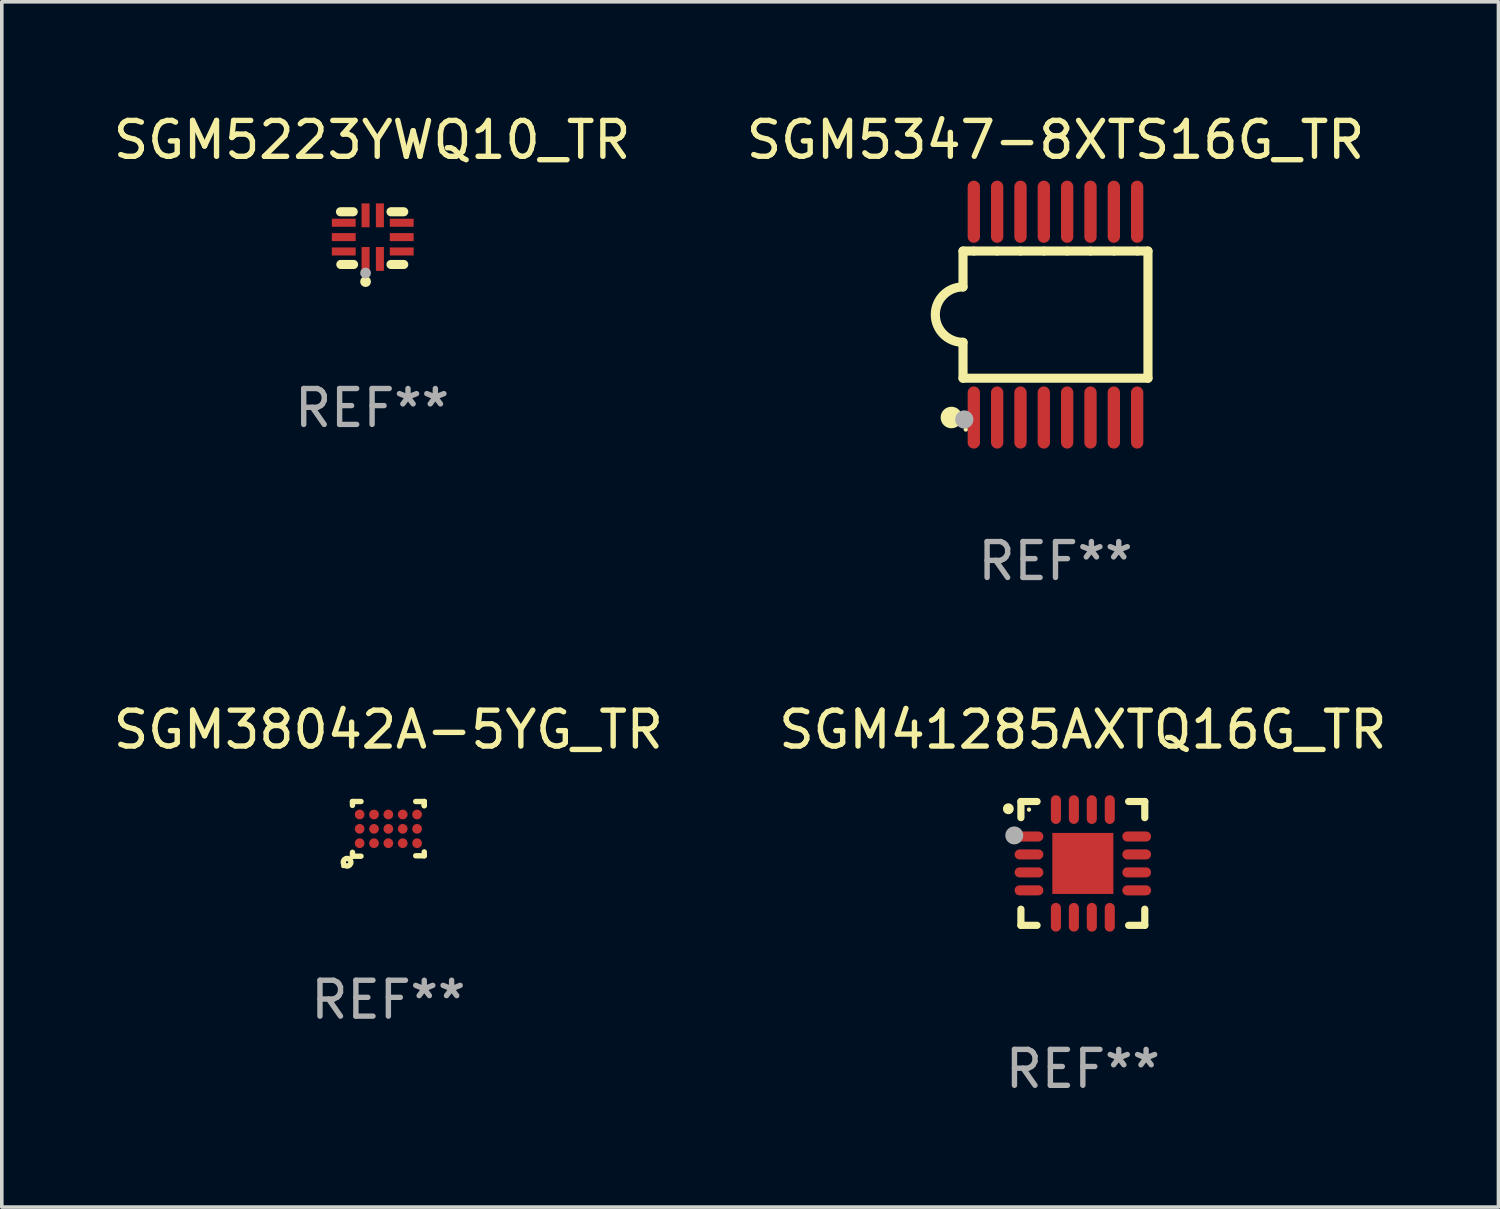
<source format=kicad_pcb>
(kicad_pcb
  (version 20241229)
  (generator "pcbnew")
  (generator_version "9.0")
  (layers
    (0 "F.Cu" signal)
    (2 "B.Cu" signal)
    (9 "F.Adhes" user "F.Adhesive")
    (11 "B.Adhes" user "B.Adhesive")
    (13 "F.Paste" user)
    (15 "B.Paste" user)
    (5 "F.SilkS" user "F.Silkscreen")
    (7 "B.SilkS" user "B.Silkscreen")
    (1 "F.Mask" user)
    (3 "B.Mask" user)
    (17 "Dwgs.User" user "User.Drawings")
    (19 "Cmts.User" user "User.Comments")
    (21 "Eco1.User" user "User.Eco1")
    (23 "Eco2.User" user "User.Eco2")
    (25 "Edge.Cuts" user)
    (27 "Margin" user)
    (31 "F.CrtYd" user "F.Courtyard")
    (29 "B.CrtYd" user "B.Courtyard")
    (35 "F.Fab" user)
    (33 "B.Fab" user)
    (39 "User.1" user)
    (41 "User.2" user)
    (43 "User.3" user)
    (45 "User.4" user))
  (footprint "SGM5347-8XTS16G_TR"
    (layer "F.Cu")
    (at 26.351 5.714)
    (property "Reference" "SGM5347-8XTS16G_TR" (at 0 -4.866 0) (layer "F.SilkS") (effects (font (size 1 1) (thickness 0.15))))
    (attr through_hole)
    (fp_line (start -2.576 -1.771) (end -2.576 -0.771) (stroke (width 0.254) (type solid)) (layer "F.SilkS"))
    (fp_line (start -2.576 -1.771) (end -2.289 -1.771) (stroke (width 0.254) (type solid)) (layer "F.SilkS"))
    (fp_line (start -2.576 1.771) (end -2.576 0.771) (stroke (width 0.254) (type solid)) (layer "F.SilkS"))
    (fp_line (start -2.261 -1.771) (end -1.639 -1.771) (stroke (width 0.254) (type solid)) (layer "F.SilkS"))
    (fp_line (start -1.612 -1.771) (end -0.989 -1.771) (stroke (width 0.254) (type solid)) (layer "F.SilkS"))
    (fp_line (start -0.962 -1.771) (end -0.338 -1.771) (stroke (width 0.254) (type solid)) (layer "F.SilkS"))
    (fp_line (start -0.311 -1.771) (end 0.312 -1.771) (stroke (width 0.254) (type solid)) (layer "F.SilkS"))
    (fp_line (start 0.339 -1.771) (end 0.962 -1.771) (stroke (width 0.254) (type solid)) (layer "F.SilkS"))
    (fp_line (start 0.989 -1.771) (end 1.612 -1.771) (stroke (width 0.254) (type solid)) (layer "F.SilkS"))
    (fp_line (start 1.639 -1.771) (end 2.261 -1.771) (stroke (width 0.254) (type solid)) (layer "F.SilkS"))
    (fp_line (start 2.289 -1.771) (end 2.576 -1.771) (stroke (width 0.254) (type solid)) (layer "F.SilkS"))
    (fp_line (start 2.576 -1.771) (end 2.576 1.771) (stroke (width 0.254) (type solid)) (layer "F.SilkS"))
    (fp_line (start 2.576 1.771) (end -2.576 1.771) (stroke (width 0.254) (type solid)) (layer "F.SilkS"))
    (fp_arc (start -2.576226 0.7714) (mid -3.346889 -0.000648) (end -2.575311 -0.771781) (stroke (width 0.254001) (type solid)) (layer "F.SilkS"))
    (fp_circle (center -2.899 2.866) (end -2.749 2.866) (stroke (width 0.3) (type solid)) (fill no) (layer "F.SilkS"))
    (fp_circle (center -2.5 3.2) (end -2.47 3.2) (stroke (width 0.06) (type solid)) (fill no) (layer "F.SilkS"))
    (fp_circle (center -2.54 2.921) (end -2.413 2.921) (stroke (width 0.254) (type solid)) (fill no) (layer "F.Fab"))
    (fp_text user "REF**" (at 0 6.866 0) (layer "F.Fab") (effects (font (size 1 1) (thickness 0.15))))
    (pad "1" smd oval (at -2.275 2.866) (size 0.343 1.731) (layers "F.Cu" "F.Mask" "F.Paste"))
    (pad "2" smd oval (at -1.625 2.866) (size 0.343 1.731) (layers "F.Cu" "F.Mask" "F.Paste"))
    (pad "3" smd oval (at -0.975 2.866) (size 0.343 1.731) (layers "F.Cu" "F.Mask" "F.Paste"))
    (pad "4" smd oval (at -0.325 2.866) (size 0.343 1.731) (layers "F.Cu" "F.Mask" "F.Paste"))
    (pad "5" smd oval (at 0.325 2.866) (size 0.343 1.731) (layers "F.Cu" "F.Mask" "F.Paste"))
    (pad "6" smd oval (at 0.975 2.866) (size 0.343 1.731) (layers "F.Cu" "F.Mask" "F.Paste"))
    (pad "7" smd oval (at 1.625 2.866) (size 0.343 1.731) (layers "F.Cu" "F.Mask" "F.Paste"))
    (pad "8" smd oval (at 2.275 2.866) (size 0.343 1.731) (layers "F.Cu" "F.Mask" "F.Paste"))
    (pad "9" smd oval (at 2.275 -2.866) (size 0.343 1.731) (layers "F.Cu" "F.Mask" "F.Paste"))
    (pad "10" smd oval (at 1.625 -2.866) (size 0.343 1.731) (layers "F.Cu" "F.Mask" "F.Paste"))
    (pad "11" smd oval (at 0.975 -2.866) (size 0.343 1.731) (layers "F.Cu" "F.Mask" "F.Paste"))
    (pad "12" smd oval (at 0.325 -2.866) (size 0.343 1.731) (layers "F.Cu" "F.Mask" "F.Paste"))
    (pad "13" smd oval (at -0.325 -2.866) (size 0.343 1.731) (layers "F.Cu" "F.Mask" "F.Paste"))
    (pad "14" smd oval (at -0.975 -2.866) (size 0.343 1.731) (layers "F.Cu" "F.Mask" "F.Paste"))
    (pad "15" smd oval (at -1.625 -2.866) (size 0.343 1.731) (layers "F.Cu" "F.Mask" "F.Paste"))
    (pad "16" smd oval (at -2.275 -2.866) (size 0.343 1.731) (layers "F.Cu" "F.Mask" "F.Paste")))
  (footprint "SGM38042A-5YG_TR"
    (layer "F.Cu")
    (at 7.768 20.038)
    (property "Reference" "SGM38042A-5YG_TR" (at 0 -2.762 0) (layer "F.SilkS") (effects (font (size 1 1) (thickness 0.15))))
    (attr through_hole)
    (fp_line (start -1 -0.762) (end -0.762 -0.762) (stroke (width 0.15) (type solid)) (layer "F.SilkS"))
    (fp_line (start -1 -0.653) (end -1 -0.762) (stroke (width 0.15) (type solid)) (layer "F.SilkS"))
    (fp_line (start -1 0.653) (end -1 0.762) (stroke (width 0.15) (type solid)) (layer "F.SilkS"))
    (fp_line (start -1 0.762) (end -0.762 0.762) (stroke (width 0.15) (type solid)) (layer "F.SilkS"))
    (fp_line (start 1 -0.762) (end 1 -0.642) (stroke (width 0.15) (type solid)) (layer "F.SilkS"))
    (fp_line (start 1 0.642) (end 1 0.75) (stroke (width 0.15) (type solid)) (layer "F.SilkS"))
    (fp_line (start 1 0.75) (end 0.762 0.75) (stroke (width 0.15) (type solid)) (layer "F.SilkS"))
    (fp_line (start 1 -0.762) (end 0.762 -0.762) (stroke (width 0.15) (type solid)) (layer "F.SilkS"))
    (fp_line (start 1 -0.653) (end 1 -0.762) (stroke (width 0.15) (type solid)) (layer "F.SilkS"))
    (fp_circle (center -1.256 1.036) (end -1.226 1.036) (stroke (width 0.06) (type solid)) (fill no) (layer "F.SilkS"))
    (fp_circle (center -1.15 0.93) (end -1.119 0.93) (stroke (width 0.15) (type solid)) (fill no) (layer "F.SilkS"))
    (fp_text user "REF**" (at 0 4.762 0) (layer "F.Fab") (effects (font (size 1 1) (thickness 0.15))))
    (pad "A1" smd circle (at -0.8 0.4) (size 0.27 0.27) (layers "F.Cu" "F.Mask" "F.Paste"))
    (pad "A2" smd circle (at -0.8 -0.000051) (size 0.27 0.27) (layers "F.Cu" "F.Mask" "F.Paste"))
    (pad "A3" smd circle (at -0.8 -0.4) (size 0.27 0.27) (layers "F.Cu" "F.Mask" "F.Paste"))
    (pad "B1" smd circle (at -0.4 0.4) (size 0.27 0.27) (layers "F.Cu" "F.Mask" "F.Paste"))
    (pad "B2" smd circle (at -0.4 -0.000051) (size 0.27 0.27) (layers "F.Cu" "F.Mask" "F.Paste"))
    (pad "B3" smd circle (at -0.4 -0.4) (size 0.27 0.27) (layers "F.Cu" "F.Mask" "F.Paste"))
    (pad "C1" smd circle (at 0.000076 0.4) (size 0.27 0.27) (layers "F.Cu" "F.Mask" "F.Paste"))
    (pad "C2" smd circle (at 0.000076 -0.000051) (size 0.27 0.27) (layers "F.Cu" "F.Mask" "F.Paste"))
    (pad "C3" smd circle (at 0.000076 -0.4) (size 0.27 0.27) (layers "F.Cu" "F.Mask" "F.Paste"))
    (pad "D1" smd circle (at 0.4 0.4) (size 0.27 0.27) (layers "F.Cu" "F.Mask" "F.Paste"))
    (pad "D2" smd circle (at 0.4 -0.000051) (size 0.27 0.27) (layers "F.Cu" "F.Mask" "F.Paste"))
    (pad "D3" smd circle (at 0.4 -0.4) (size 0.27 0.27) (layers "F.Cu" "F.Mask" "F.Paste"))
    (pad "E1" smd circle (at 0.8 0.4) (size 0.27 0.27) (layers "F.Cu" "F.Mask" "F.Paste"))
    (pad "E2" smd circle (at 0.8 -0.000051) (size 0.27 0.27) (layers "F.Cu" "F.Mask" "F.Paste"))
    (pad "E3" smd circle (at 0.8 -0.4) (size 0.27 0.27) (layers "F.Cu" "F.Mask" "F.Paste")))
  (footprint "SGM5223YWQ10_TR"
    (layer "F.Cu")
    (at 7.315 3.583)
    (property "Reference" "SGM5223YWQ10_TR" (at 0 -2.734 0) (layer "F.SilkS") (effects (font (size 1 1) (thickness 0.15))))
    (attr through_hole)
    (fp_line (start -0.881 -0.734) (end -0.526 -0.734) (stroke (width 0.254) (type solid)) (layer "F.SilkS"))
    (fp_line (start -0.871 0.734) (end -0.516 0.734) (stroke (width 0.254) (type solid)) (layer "F.SilkS"))
    (fp_line (start 0.526 -0.734) (end 0.881 -0.734) (stroke (width 0.254) (type solid)) (layer "F.SilkS"))
    (fp_line (start 0.526 0.734) (end 0.881 0.734) (stroke (width 0.254) (type solid)) (layer "F.SilkS"))
    (fp_circle (center -0.882 0.672) (end -0.852 0.672) (stroke (width 0.06) (type solid)) (fill no) (layer "F.SilkS"))
    (fp_circle (center -0.182 1.212) (end -0.107 1.212) (stroke (width 0.15) (type solid)) (fill no) (layer "F.SilkS"))
    (fp_circle (center -0.182 0.972) (end -0.107 0.972) (stroke (width 0.15) (type solid)) (fill no) (layer "F.Fab"))
    (fp_text user "REF**" (at 0 4.734 0) (layer "F.Fab") (effects (font (size 1 1) (thickness 0.15))))
    (pad "1" smd rect (at -0.182 0.58) (size 0.224 0.665) (layers "F.Cu" "F.Mask" "F.Paste"))
    (pad "2" smd rect (at 0.217 0.58) (size 0.224 0.665) (layers "F.Cu" "F.Mask" "F.Paste"))
    (pad "3" smd rect (at 0.825 0.372) (size 0.665 0.224) (layers "F.Cu" "F.Mask" "F.Paste"))
    (pad "4" smd rect (at 0.825 -0.028) (size 0.665 0.224) (layers "F.Cu" "F.Mask" "F.Paste"))
    (pad "5" smd rect (at 0.825 -0.428) (size 0.665 0.224) (layers "F.Cu" "F.Mask" "F.Paste"))
    (pad "6" smd rect (at 0.217 -0.635) (size 0.224 0.665) (layers "F.Cu" "F.Mask" "F.Paste"))
    (pad "7" smd rect (at -0.182 -0.635) (size 0.224 0.665) (layers "F.Cu" "F.Mask" "F.Paste"))
    (pad "8" smd rect (at -0.79 -0.428) (size 0.665 0.224) (layers "F.Cu" "F.Mask" "F.Paste"))
    (pad "9" smd rect (at -0.79 -0.028) (size 0.665 0.224) (layers "F.Cu" "F.Mask" "F.Paste"))
    (pad "10" smd rect (at -0.79 0.372) (size 0.665 0.224) (layers "F.Cu" "F.Mask" "F.Paste")))
  (footprint "SGM41285AXTQ16G_TR"
    (layer "F.Cu")
    (at 27.113 21.001)
    (property "Reference" "SGM41285AXTQ16G_TR" (at 0 -3.725 0) (layer "F.SilkS") (effects (font (size 1 1) (thickness 0.15))))
    (attr through_hole)
    (fp_line (start -1.725 -1.725) (end -1.275 -1.725) (stroke (width 0.2) (type solid)) (layer "F.SilkS"))
    (fp_line (start -1.725 -1.275) (end -1.725 -1.725) (stroke (width 0.2) (type solid)) (layer "F.SilkS"))
    (fp_line (start -1.725 1.725) (end -1.725 1.275) (stroke (width 0.2) (type solid)) (layer "F.SilkS"))
    (fp_line (start -1.275 1.725) (end -1.725 1.725) (stroke (width 0.2) (type solid)) (layer "F.SilkS"))
    (fp_line (start 1.275 -1.725) (end 1.725 -1.725) (stroke (width 0.2) (type solid)) (layer "F.SilkS"))
    (fp_line (start 1.275 1.725) (end 1.725 1.725) (stroke (width 0.2) (type solid)) (layer "F.SilkS"))
    (fp_line (start 1.725 -1.725) (end 1.725 -1.275) (stroke (width 0.2) (type solid)) (layer "F.SilkS"))
    (fp_line (start 1.725 1.725) (end 1.725 1.275) (stroke (width 0.2) (type solid)) (layer "F.SilkS"))
    (fp_arc (start -2.075184 -1.521463) (mid -2.075189 -1.522733) (end -2.075184 -1.524003) (stroke (width 0.3) (type solid)) (layer "F.SilkS"))
    (fp_circle (center -1.5 -1.5) (end -1.47 -1.5) (stroke (width 0.06) (type solid)) (fill no) (layer "F.SilkS"))
    (fp_circle (center -1.91 -0.78) (end -1.785 -0.78) (stroke (width 0.25) (type solid)) (fill no) (layer "F.Fab"))
    (fp_text user "REF**" (at 0 5.725 0) (layer "F.Fab") (effects (font (size 1 1) (thickness 0.15))))
    (pad "1" smd oval (at -1.5 -0.75) (size 0.8 0.28) (layers "F.Cu" "F.Mask" "F.Paste"))
    (pad "2" smd oval (at -1.5 -0.25) (size 0.8 0.28) (layers "F.Cu" "F.Mask" "F.Paste"))
    (pad "3" smd oval (at -1.5 0.25) (size 0.8 0.28) (layers "F.Cu" "F.Mask" "F.Paste"))
    (pad "4" smd oval (at -1.5 0.75) (size 0.8 0.28) (layers "F.Cu" "F.Mask" "F.Paste"))
    (pad "5" smd oval (at -0.75 1.5) (size 0.28 0.8) (layers "F.Cu" "F.Mask" "F.Paste"))
    (pad "6" smd oval (at -0.25 1.5) (size 0.28 0.8) (layers "F.Cu" "F.Mask" "F.Paste"))
    (pad "7" smd oval (at 0.25 1.5) (size 0.28 0.8) (layers "F.Cu" "F.Mask" "F.Paste"))
    (pad "8" smd oval (at 0.75 1.5) (size 0.28 0.8) (layers "F.Cu" "F.Mask" "F.Paste"))
    (pad "9" smd oval (at 1.5 0.75) (size 0.8 0.28) (layers "F.Cu" "F.Mask" "F.Paste"))
    (pad "10" smd oval (at 1.5 0.25) (size 0.8 0.28) (layers "F.Cu" "F.Mask" "F.Paste"))
    (pad "11" smd oval (at 1.5 -0.25) (size 0.8 0.28) (layers "F.Cu" "F.Mask" "F.Paste"))
    (pad "12" smd oval (at 1.5 -0.75) (size 0.8 0.28) (layers "F.Cu" "F.Mask" "F.Paste"))
    (pad "13" smd oval (at 0.75 -1.5) (size 0.28 0.8) (layers "F.Cu" "F.Mask" "F.Paste"))
    (pad "14" smd oval (at 0.25 -1.5) (size 0.28 0.8) (layers "F.Cu" "F.Mask" "F.Paste"))
    (pad "15" smd oval (at -0.25 -1.5) (size 0.28 0.8) (layers "F.Cu" "F.Mask" "F.Paste"))
    (pad "16" smd oval (at -0.75 -1.5) (size 0.28 0.8) (layers "F.Cu" "F.Mask" "F.Paste"))
    (pad "17" smd rect (at 0.000076 0.000076) (size 1.7 1.7) (layers "F.Cu" "F.Mask" "F.Paste")))
  (gr_rect
    (start -3 -3)
    (end 38.69 30.574)
    (stroke (width 0.1) (type default))
    (fill no)
    (layer "Edge.Cuts")))
</source>
